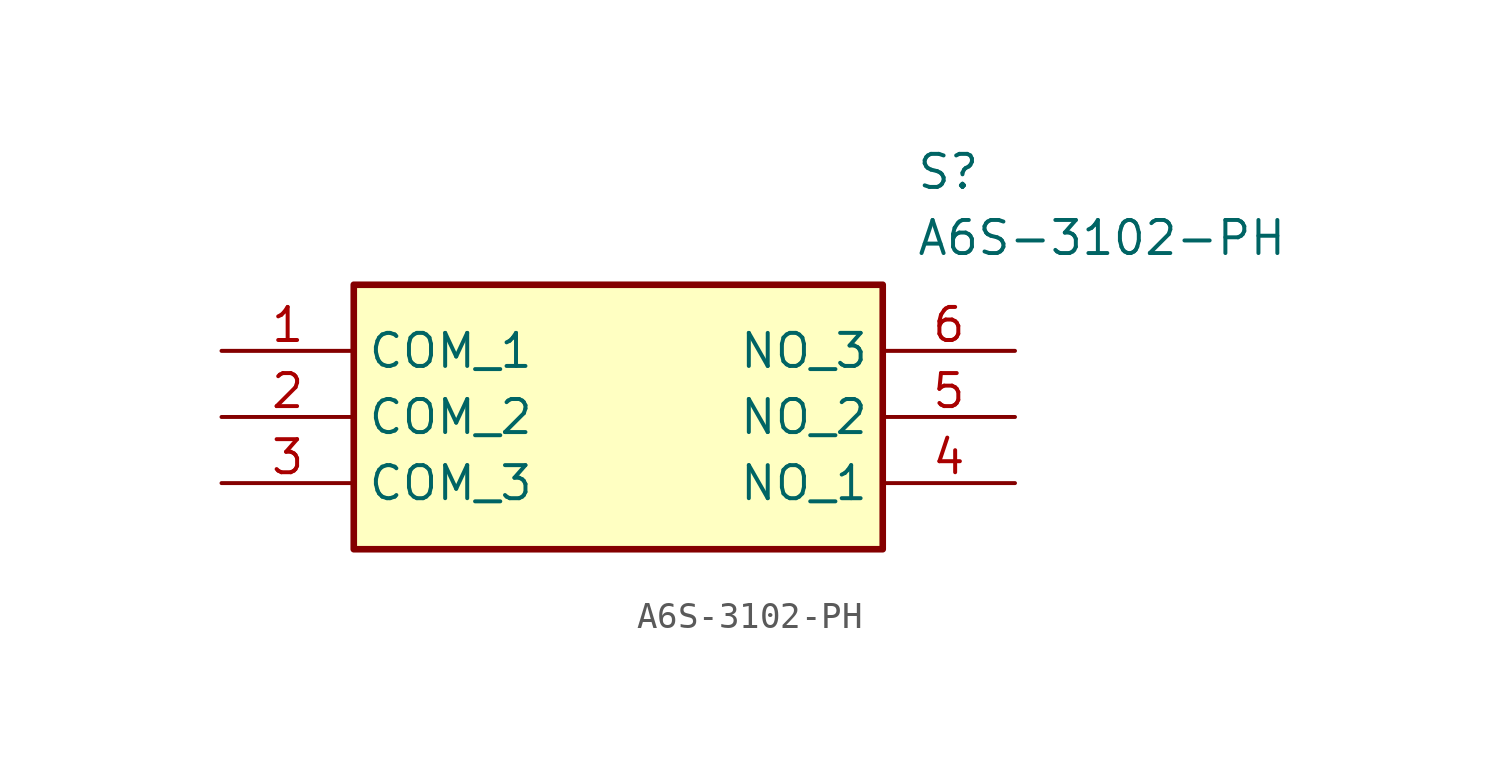
<source format=kicad_sym>
(kicad_symbol_lib
  (version 20231120)
  (generator "kicad_symbol_editor")
  (generator_version "8.0")
  (symbol "A6S-3102-PH"
    (property "Reference" "S"
      (at 26.67 7.62 0)
      (effects (font (size 1.27 1.27)) (justify left top)))
    (property "Value" "A6S-3102-PH"
      (at 26.67 5.08 0)
      (effects (font (size 1.27 1.27)) (justify left top)))
    (symbol "A6S-3102-PH_1_1"
      (rectangle (start 5.08 2.54) (end 25.4 -7.62) (stroke (width 0.254) (type default)) (fill (type background)))
      (pin passive line (at 0 0 0) (length 5.08) (name "COM_1" (effects (font (size 1.27 1.27)))) (number "1" (effects (font (size 1.27 1.27)))))
      (pin passive line (at 0 -2.54 0) (length 5.08) (name "COM_2" (effects (font (size 1.27 1.27)))) (number "2" (effects (font (size 1.27 1.27)))))
      (pin passive line (at 0 -5.08 0) (length 5.08) (name "COM_3" (effects (font (size 1.27 1.27)))) (number "3" (effects (font (size 1.27 1.27)))))
      (pin passive line (at 30.48 -5.08 180) (length 5.08) (name "NO_1" (effects (font (size 1.27 1.27)))) (number "4" (effects (font (size 1.27 1.27)))))
      (pin passive line (at 30.48 -2.54 180) (length 5.08) (name "NO_2" (effects (font (size 1.27 1.27)))) (number "5" (effects (font (size 1.27 1.27)))))
      (pin passive line (at 30.48 0 180) (length 5.08) (name "NO_3" (effects (font (size 1.27 1.27)))) (number "6" (effects (font (size 1.27 1.27))))))))
</source>
